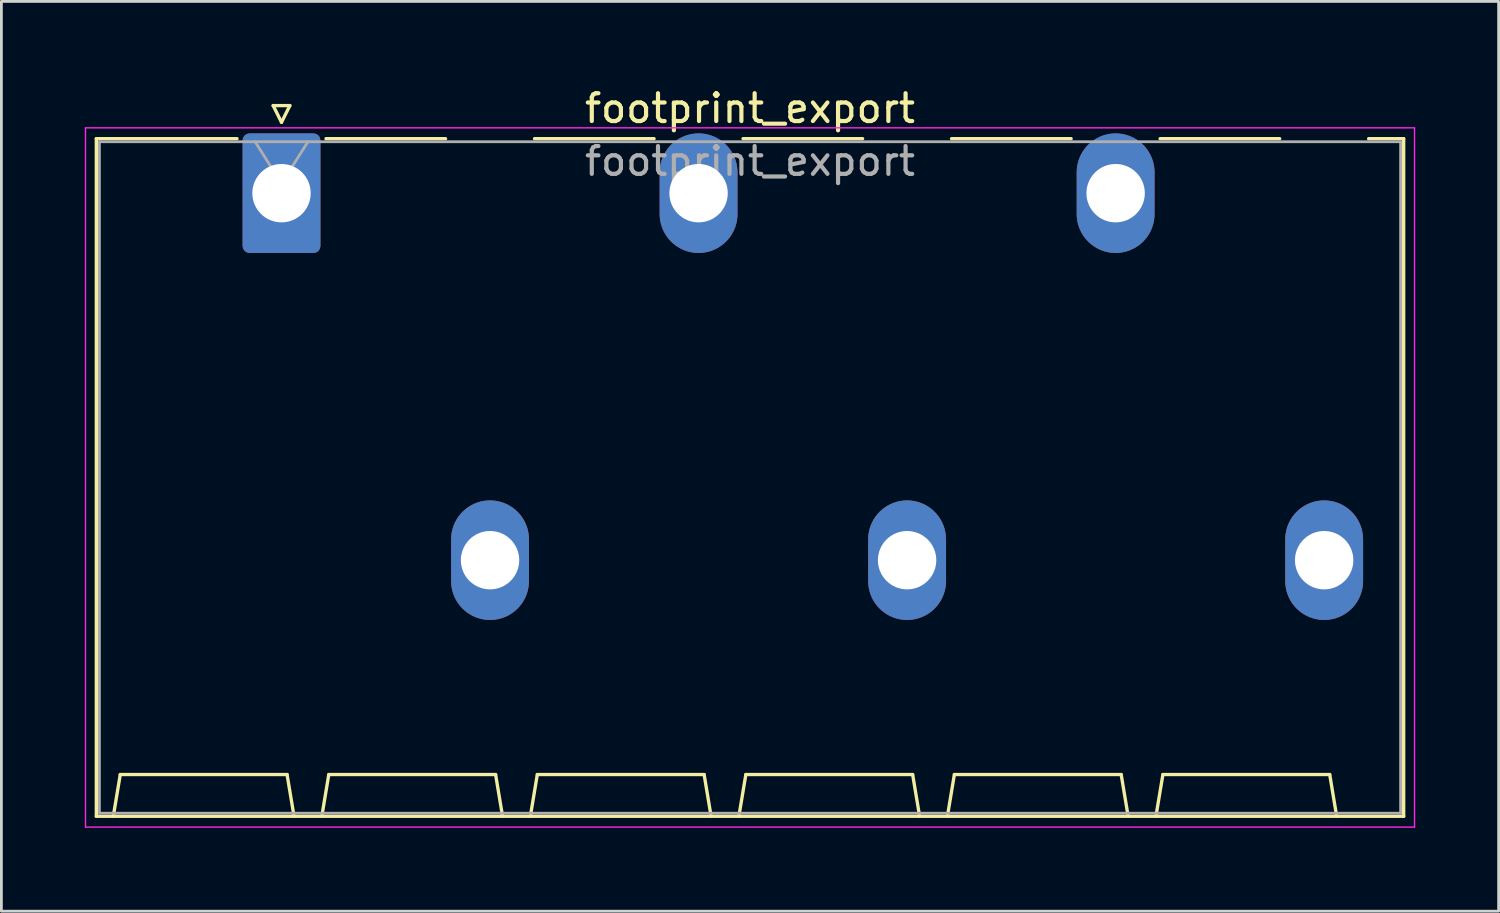
<source format=kicad_pcb>
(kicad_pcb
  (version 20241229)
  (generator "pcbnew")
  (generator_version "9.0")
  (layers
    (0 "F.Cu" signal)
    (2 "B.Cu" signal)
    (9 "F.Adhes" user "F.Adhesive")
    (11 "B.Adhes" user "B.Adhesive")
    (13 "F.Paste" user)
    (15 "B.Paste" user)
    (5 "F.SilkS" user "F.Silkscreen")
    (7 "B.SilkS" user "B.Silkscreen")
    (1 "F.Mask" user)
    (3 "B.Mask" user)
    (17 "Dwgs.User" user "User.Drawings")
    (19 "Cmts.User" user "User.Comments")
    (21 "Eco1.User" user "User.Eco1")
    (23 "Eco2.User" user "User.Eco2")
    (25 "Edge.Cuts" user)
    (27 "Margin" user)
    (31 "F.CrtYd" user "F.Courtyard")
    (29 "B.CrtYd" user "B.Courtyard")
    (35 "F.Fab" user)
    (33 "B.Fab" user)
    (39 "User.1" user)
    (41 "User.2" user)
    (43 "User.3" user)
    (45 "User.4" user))
  (footprint "footprint_export"
    (layer "F.Cu")
    (at 7.075 3.898)
    (property "Reference" "footprint_export" (at 16.85 -3.05 0) (layer "F.SilkS") (effects (font (size 1 1) (thickness 0.15))))
    (attr through_hole)
    (fp_line (start -6.66 -1.96) (end -1.6 -1.96) (stroke (width 0.12) (type solid)) (layer "F.SilkS"))
    (fp_line (start -6.66 22.41) (end -6.66 -1.96) (stroke (width 0.12) (type solid)) (layer "F.SilkS"))
    (fp_line (start -6.05 22.41) (end -5.8 20.91) (stroke (width 0.12) (type solid)) (layer "F.SilkS"))
    (fp_line (start -5.8 20.91) (end 0.2 20.91) (stroke (width 0.12) (type solid)) (layer "F.SilkS"))
    (fp_line (start -0.3 -3.15) (end 0 -2.55) (stroke (width 0.12) (type solid)) (layer "F.SilkS"))
    (fp_line (start -0.3 -3.15) (end 0.3 -3.15) (stroke (width 0.12) (type solid)) (layer "F.SilkS"))
    (fp_line (start 0.3 -3.15) (end 0 -2.55) (stroke (width 0.12) (type solid)) (layer "F.SilkS"))
    (fp_line (start 0.45 22.41) (end 0.2 20.91) (stroke (width 0.12) (type solid)) (layer "F.SilkS"))
    (fp_line (start 1.45 22.41) (end 1.7 20.91) (stroke (width 0.12) (type solid)) (layer "F.SilkS"))
    (fp_line (start 1.6 -1.96) (end 5.9 -1.96) (stroke (width 0.12) (type solid)) (layer "F.SilkS"))
    (fp_line (start 1.7 20.91) (end 7.7 20.91) (stroke (width 0.12) (type solid)) (layer "F.SilkS"))
    (fp_line (start 7.95 22.41) (end 7.7 20.91) (stroke (width 0.12) (type solid)) (layer "F.SilkS"))
    (fp_line (start 8.95 22.41) (end 9.2 20.91) (stroke (width 0.12) (type solid)) (layer "F.SilkS"))
    (fp_line (start 9.1 -1.96) (end 13.4 -1.96) (stroke (width 0.12) (type solid)) (layer "F.SilkS"))
    (fp_line (start 9.2 20.91) (end 15.2 20.91) (stroke (width 0.12) (type solid)) (layer "F.SilkS"))
    (fp_line (start 15.45 22.41) (end 15.2 20.91) (stroke (width 0.12) (type solid)) (layer "F.SilkS"))
    (fp_line (start 16.45 22.41) (end 16.7 20.91) (stroke (width 0.12) (type solid)) (layer "F.SilkS"))
    (fp_line (start 16.6 -1.96) (end 20.9 -1.96) (stroke (width 0.12) (type solid)) (layer "F.SilkS"))
    (fp_line (start 16.7 20.91) (end 22.7 20.91) (stroke (width 0.12) (type solid)) (layer "F.SilkS"))
    (fp_line (start 22.95 22.41) (end 22.7 20.91) (stroke (width 0.12) (type solid)) (layer "F.SilkS"))
    (fp_line (start 23.95 22.41) (end 24.2 20.91) (stroke (width 0.12) (type solid)) (layer "F.SilkS"))
    (fp_line (start 24.1 -1.96) (end 28.4 -1.96) (stroke (width 0.12) (type solid)) (layer "F.SilkS"))
    (fp_line (start 24.2 20.91) (end 30.2 20.91) (stroke (width 0.12) (type solid)) (layer "F.SilkS"))
    (fp_line (start 30.45 22.41) (end 30.2 20.91) (stroke (width 0.12) (type solid)) (layer "F.SilkS"))
    (fp_line (start 31.45 22.41) (end 31.7 20.91) (stroke (width 0.12) (type solid)) (layer "F.SilkS"))
    (fp_line (start 31.6 -1.96) (end 35.9 -1.96) (stroke (width 0.12) (type solid)) (layer "F.SilkS"))
    (fp_line (start 31.7 20.91) (end 37.7 20.91) (stroke (width 0.12) (type solid)) (layer "F.SilkS"))
    (fp_line (start 37.95 22.41) (end 37.7 20.91) (stroke (width 0.12) (type solid)) (layer "F.SilkS"))
    (fp_line (start 39.1 -1.96) (end 40.36 -1.96) (stroke (width 0.12) (type solid)) (layer "F.SilkS"))
    (fp_line (start 40.36 -1.96) (end 40.36 22.41) (stroke (width 0.12) (type solid)) (layer "F.SilkS"))
    (fp_line (start 40.36 22.41) (end -6.66 22.41) (stroke (width 0.12) (type solid)) (layer "F.SilkS"))
    (fp_line (start -7.05 -2.35) (end -7.05 22.8) (stroke (width 0.05) (type solid)) (layer "F.CrtYd"))
    (fp_line (start -7.05 22.8) (end 40.75 22.8) (stroke (width 0.05) (type solid)) (layer "F.CrtYd"))
    (fp_line (start 40.75 -2.35) (end -7.05 -2.35) (stroke (width 0.05) (type solid)) (layer "F.CrtYd"))
    (fp_line (start 40.75 22.8) (end 40.75 -2.35) (stroke (width 0.05) (type solid)) (layer "F.CrtYd"))
    (fp_line (start -6.55 -1.85) (end -6.55 22.3) (stroke (width 0.1) (type solid)) (layer "F.Fab"))
    (fp_line (start -6.55 22.3) (end 40.25 22.3) (stroke (width 0.1) (type solid)) (layer "F.Fab"))
    (fp_line (start -0.95 -1.85) (end 0 -0.35) (stroke (width 0.1) (type solid)) (layer "F.Fab"))
    (fp_line (start 0.95 -1.85) (end 0 -0.35) (stroke (width 0.1) (type solid)) (layer "F.Fab"))
    (fp_line (start 40.25 -1.85) (end -6.55 -1.85) (stroke (width 0.1) (type solid)) (layer "F.Fab"))
    (fp_line (start 40.25 22.3) (end 40.25 -1.85) (stroke (width 0.1) (type solid)) (layer "F.Fab"))
    (fp_text user "${REFERENCE}" (at 16.85 -1.15 0) (layer "F.Fab") (effects (font (size 1 1) (thickness 0.15))))
    (pad "1" thru_hole roundrect (at 0 0) (size 2.8 4.3) (drill 2.1) (layers "*.Cu" "*.Mask") (roundrect_rratio 0.089))
    (pad "2" thru_hole oval (at 7.5 13.2) (size 2.8 4.3) (drill 2.1) (layers "*.Cu" "*.Mask"))
    (pad "3" thru_hole oval (at 15 0) (size 2.8 4.3) (drill 2.1) (layers "*.Cu" "*.Mask"))
    (pad "4" thru_hole oval (at 22.5 13.2) (size 2.8 4.3) (drill 2.1) (layers "*.Cu" "*.Mask"))
    (pad "5" thru_hole oval (at 30 0) (size 2.8 4.3) (drill 2.1) (layers "*.Cu" "*.Mask"))
    (pad "6" thru_hole oval (at 37.5 13.2) (size 2.8 4.3) (drill 2.1) (layers "*.Cu" "*.Mask")))
  (gr_rect
    (start -3 -3)
    (end 50.85 29.723)
    (stroke (width 0.1) (type default))
    (fill no)
    (layer "Edge.Cuts")))
</source>
